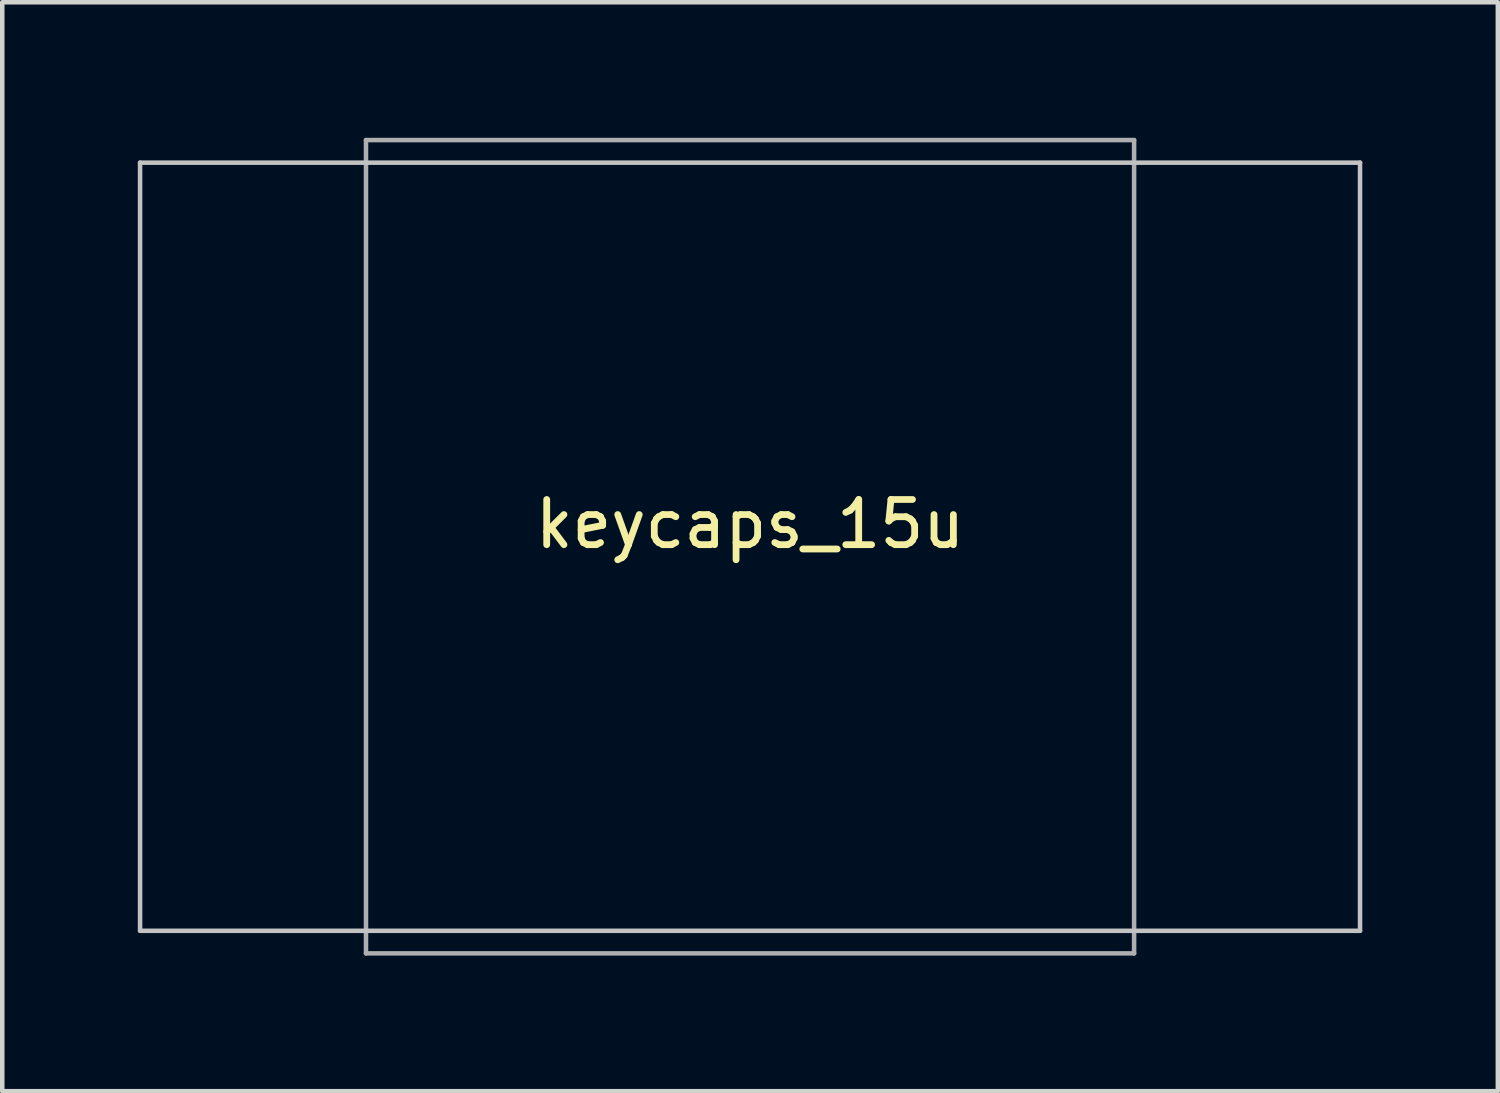
<source format=kicad_pcb>
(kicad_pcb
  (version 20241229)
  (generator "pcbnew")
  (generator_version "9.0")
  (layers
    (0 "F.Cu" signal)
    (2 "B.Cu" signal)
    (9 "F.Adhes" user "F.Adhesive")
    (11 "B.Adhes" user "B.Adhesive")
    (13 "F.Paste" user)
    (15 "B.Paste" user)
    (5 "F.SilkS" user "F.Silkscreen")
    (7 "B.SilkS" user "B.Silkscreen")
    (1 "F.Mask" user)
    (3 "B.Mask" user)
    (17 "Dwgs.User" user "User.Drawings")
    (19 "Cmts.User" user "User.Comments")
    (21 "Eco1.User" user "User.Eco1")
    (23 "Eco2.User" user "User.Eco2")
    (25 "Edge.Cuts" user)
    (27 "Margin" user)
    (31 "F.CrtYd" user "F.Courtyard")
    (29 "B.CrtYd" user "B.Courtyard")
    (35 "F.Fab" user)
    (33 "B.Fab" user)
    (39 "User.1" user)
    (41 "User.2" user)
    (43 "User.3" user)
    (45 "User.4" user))
  (footprint "keycaps_15u"
    (layer "F.Cu")
    (at 13.55 9.05)
    (property "Reference" "keycaps_15u" (at 0 -0.5 0) (unlocked yes) (layer "F.SilkS") (effects (font (size 1 1) (thickness 0.15))))
    (fp_line (start -13.5 -8.5) (end -13.5 8.5) (stroke (width 0.1) (type solid)) (layer "Dwgs.User"))
    (fp_line (start -13.5 8.5) (end 13.5 8.5) (stroke (width 0.1) (type solid)) (layer "Dwgs.User"))
    (fp_line (start 13.5 -8.5) (end -13.5 -8.5) (stroke (width 0.1) (type solid)) (layer "Dwgs.User"))
    (fp_line (start 13.5 8.5) (end 13.5 -8.5) (stroke (width 0.1) (type solid)) (layer "Dwgs.User"))
    (fp_line (start -8.5 -9) (end -8.5 9) (stroke (width 0.1) (type solid)) (layer "F.Fab"))
    (fp_line (start -8.5 9) (end 8.5 9) (stroke (width 0.1) (type solid)) (layer "F.Fab"))
    (fp_line (start 8.5 -9) (end -8.5 -9) (stroke (width 0.1) (type solid)) (layer "F.Fab"))
    (fp_line (start 8.5 9) (end 8.5 -9) (stroke (width 0.1) (type solid)) (layer "F.Fab")))
  (gr_rect
    (start -3 -3)
    (end 30.1 21.1)
    (stroke (width 0.1) (type default))
    (fill no)
    (layer "Edge.Cuts")))
</source>
